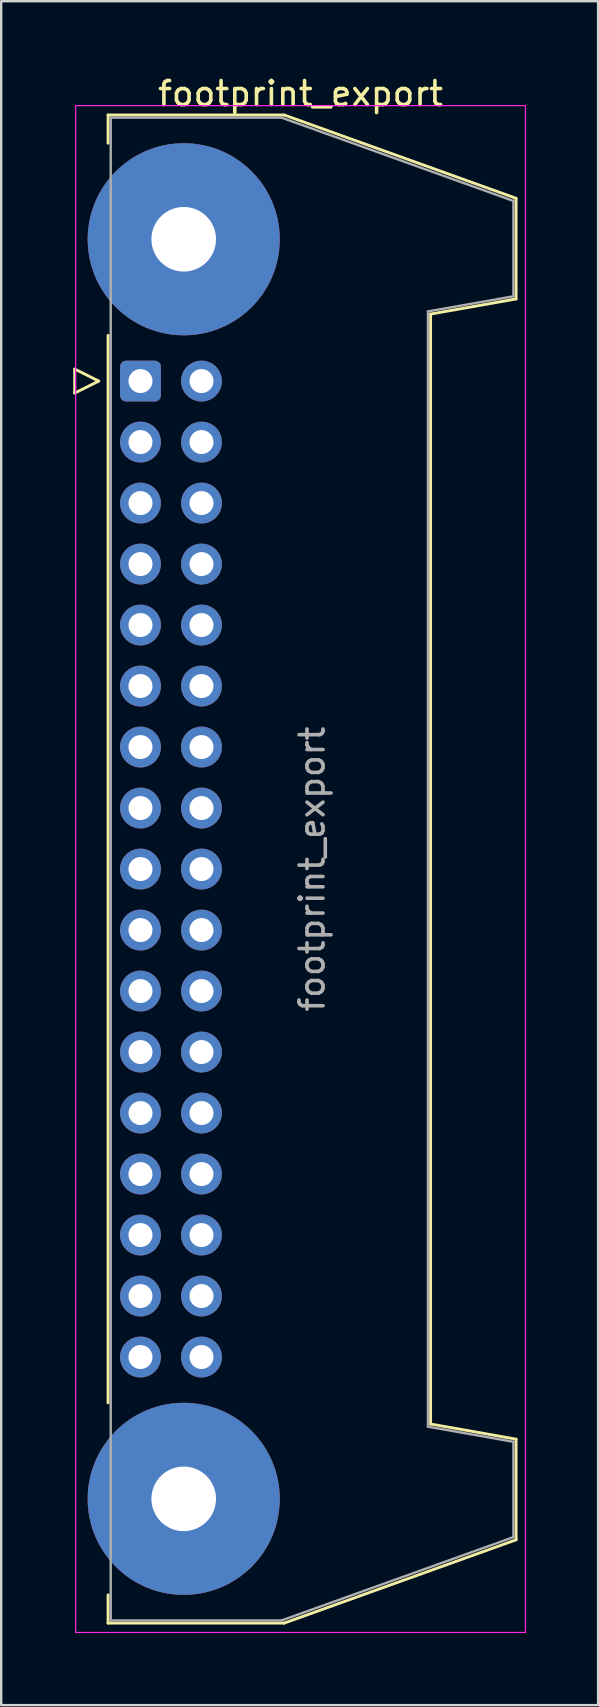
<source format=kicad_pcb>
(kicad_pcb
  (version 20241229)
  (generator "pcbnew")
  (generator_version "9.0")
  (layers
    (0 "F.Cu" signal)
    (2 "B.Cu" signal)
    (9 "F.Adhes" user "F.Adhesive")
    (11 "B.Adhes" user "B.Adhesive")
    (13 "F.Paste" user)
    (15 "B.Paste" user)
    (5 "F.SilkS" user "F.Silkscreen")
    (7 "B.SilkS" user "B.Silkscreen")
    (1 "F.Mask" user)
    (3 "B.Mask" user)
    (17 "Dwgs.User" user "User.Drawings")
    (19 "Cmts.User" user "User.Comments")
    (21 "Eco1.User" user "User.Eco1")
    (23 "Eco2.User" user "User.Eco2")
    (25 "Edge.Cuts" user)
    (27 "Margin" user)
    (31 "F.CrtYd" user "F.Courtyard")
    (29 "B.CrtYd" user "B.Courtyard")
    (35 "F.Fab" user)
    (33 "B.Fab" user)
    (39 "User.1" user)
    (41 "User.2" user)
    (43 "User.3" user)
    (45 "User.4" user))
  (footprint "footprint_export"
    (layer "F.Cu")
    (at 2.8 12.818)
    (property "Reference" "footprint_export" (at 6.665 -11.97 0) (layer "F.SilkS") (effects (font (size 1 1) (thickness 0.15))))
    (attr through_hole)
    (fp_line (start -2.74 -0.5) (end -2.74 0.5) (stroke (width 0.12) (type solid)) (layer "F.SilkS"))
    (fp_line (start -2.74 0.5) (end -1.74 0) (stroke (width 0.12) (type solid)) (layer "F.SilkS"))
    (fp_line (start -1.74 0) (end -2.74 -0.5) (stroke (width 0.12) (type solid)) (layer "F.SilkS"))
    (fp_line (start -1.35 -11.08) (end -1.35 -9.905) (stroke (width 0.12) (type solid)) (layer "F.SilkS"))
    (fp_line (start -1.35 -11.08) (end 5.98 -11.08) (stroke (width 0.12) (type solid)) (layer "F.SilkS"))
    (fp_line (start -1.35 -1.905) (end -1.35 42.545) (stroke (width 0.12) (type solid)) (layer "F.SilkS"))
    (fp_line (start -1.35 50.545) (end -1.35 51.72) (stroke (width 0.12) (type solid)) (layer "F.SilkS"))
    (fp_line (start 5.98 -11.08) (end 15.64 -7.61) (stroke (width 0.12) (type solid)) (layer "F.SilkS"))
    (fp_line (start 5.98 51.72) (end -1.35 51.72) (stroke (width 0.12) (type solid)) (layer "F.SilkS"))
    (fp_line (start 12.08 -2.79) (end 12.08 43.43) (stroke (width 0.12) (type solid)) (layer "F.SilkS"))
    (fp_line (start 12.08 43.43) (end 15.64 44.06) (stroke (width 0.12) (type solid)) (layer "F.SilkS"))
    (fp_line (start 15.64 -7.61) (end 15.64 -3.42) (stroke (width 0.12) (type solid)) (layer "F.SilkS"))
    (fp_line (start 15.64 -3.42) (end 12.08 -2.79) (stroke (width 0.12) (type solid)) (layer "F.SilkS"))
    (fp_line (start 15.64 44.06) (end 15.64 48.25) (stroke (width 0.12) (type solid)) (layer "F.SilkS"))
    (fp_line (start 15.64 48.25) (end 5.98 51.72) (stroke (width 0.12) (type solid)) (layer "F.SilkS"))
    (fp_line (start -2.7 -11.47) (end -2.7 52.11) (stroke (width 0.05) (type solid)) (layer "F.CrtYd"))
    (fp_line (start -2.7 52.11) (end 16.03 52.11) (stroke (width 0.05) (type solid)) (layer "F.CrtYd"))
    (fp_line (start 16.03 -11.47) (end -2.7 -11.47) (stroke (width 0.05) (type solid)) (layer "F.CrtYd"))
    (fp_line (start 16.03 52.11) (end 16.03 -11.47) (stroke (width 0.05) (type solid)) (layer "F.CrtYd"))
    (fp_line (start -1.24 -10.97) (end 5.87 -10.97) (stroke (width 0.1) (type solid)) (layer "F.Fab"))
    (fp_line (start -1.24 51.61) (end -1.24 -10.97) (stroke (width 0.1) (type solid)) (layer "F.Fab"))
    (fp_line (start 5.87 -10.97) (end 15.53 -7.5) (stroke (width 0.1) (type solid)) (layer "F.Fab"))
    (fp_line (start 5.87 51.61) (end -1.24 51.61) (stroke (width 0.1) (type solid)) (layer "F.Fab"))
    (fp_line (start 11.97 -2.9) (end 11.97 43.54) (stroke (width 0.1) (type solid)) (layer "F.Fab"))
    (fp_line (start 11.97 43.54) (end 15.53 44.17) (stroke (width 0.1) (type solid)) (layer "F.Fab"))
    (fp_line (start 15.53 -7.5) (end 15.53 -3.53) (stroke (width 0.1) (type solid)) (layer "F.Fab"))
    (fp_line (start 15.53 -3.53) (end 11.97 -2.9) (stroke (width 0.1) (type solid)) (layer "F.Fab"))
    (fp_line (start 15.53 44.17) (end 15.53 48.14) (stroke (width 0.1) (type solid)) (layer "F.Fab"))
    (fp_line (start 15.53 48.14) (end 5.87 51.61) (stroke (width 0.1) (type solid)) (layer "F.Fab"))
    (fp_text user "${REFERENCE}" (at 7.145 20.32 90) (layer "F.Fab") (effects (font (size 1 1) (thickness 0.15))))
    (pad "1" thru_hole roundrect (at 0 0) (size 1.7 1.7) (drill 1) (layers "*.Cu" "*.Mask") (roundrect_rratio 0.147))
    (pad "2" thru_hole circle (at 2.54 0) (size 1.7 1.7) (drill 1) (layers "*.Cu" "*.Mask"))
    (pad "3" thru_hole circle (at 0 2.54) (size 1.7 1.7) (drill 1) (layers "*.Cu" "*.Mask"))
    (pad "4" thru_hole circle (at 2.54 2.54) (size 1.7 1.7) (drill 1) (layers "*.Cu" "*.Mask"))
    (pad "5" thru_hole circle (at 0 5.08) (size 1.7 1.7) (drill 1) (layers "*.Cu" "*.Mask"))
    (pad "6" thru_hole circle (at 2.54 5.08) (size 1.7 1.7) (drill 1) (layers "*.Cu" "*.Mask"))
    (pad "7" thru_hole circle (at 0 7.62) (size 1.7 1.7) (drill 1) (layers "*.Cu" "*.Mask"))
    (pad "8" thru_hole circle (at 2.54 7.62) (size 1.7 1.7) (drill 1) (layers "*.Cu" "*.Mask"))
    (pad "9" thru_hole circle (at 0 10.16) (size 1.7 1.7) (drill 1) (layers "*.Cu" "*.Mask"))
    (pad "10" thru_hole circle (at 2.54 10.16) (size 1.7 1.7) (drill 1) (layers "*.Cu" "*.Mask"))
    (pad "11" thru_hole circle (at 0 12.7) (size 1.7 1.7) (drill 1) (layers "*.Cu" "*.Mask"))
    (pad "12" thru_hole circle (at 2.54 12.7) (size 1.7 1.7) (drill 1) (layers "*.Cu" "*.Mask"))
    (pad "13" thru_hole circle (at 0 15.24) (size 1.7 1.7) (drill 1) (layers "*.Cu" "*.Mask"))
    (pad "14" thru_hole circle (at 2.54 15.24) (size 1.7 1.7) (drill 1) (layers "*.Cu" "*.Mask"))
    (pad "15" thru_hole circle (at 0 17.78) (size 1.7 1.7) (drill 1) (layers "*.Cu" "*.Mask"))
    (pad "16" thru_hole circle (at 2.54 17.78) (size 1.7 1.7) (drill 1) (layers "*.Cu" "*.Mask"))
    (pad "17" thru_hole circle (at 0 20.32) (size 1.7 1.7) (drill 1) (layers "*.Cu" "*.Mask"))
    (pad "18" thru_hole circle (at 2.54 20.32) (size 1.7 1.7) (drill 1) (layers "*.Cu" "*.Mask"))
    (pad "19" thru_hole circle (at 0 22.86) (size 1.7 1.7) (drill 1) (layers "*.Cu" "*.Mask"))
    (pad "20" thru_hole circle (at 2.54 22.86) (size 1.7 1.7) (drill 1) (layers "*.Cu" "*.Mask"))
    (pad "21" thru_hole circle (at 0 25.4) (size 1.7 1.7) (drill 1) (layers "*.Cu" "*.Mask"))
    (pad "22" thru_hole circle (at 2.54 25.4) (size 1.7 1.7) (drill 1) (layers "*.Cu" "*.Mask"))
    (pad "23" thru_hole circle (at 0 27.94) (size 1.7 1.7) (drill 1) (layers "*.Cu" "*.Mask"))
    (pad "24" thru_hole circle (at 2.54 27.94) (size 1.7 1.7) (drill 1) (layers "*.Cu" "*.Mask"))
    (pad "25" thru_hole circle (at 0 30.48) (size 1.7 1.7) (drill 1) (layers "*.Cu" "*.Mask"))
    (pad "26" thru_hole circle (at 2.54 30.48) (size 1.7 1.7) (drill 1) (layers "*.Cu" "*.Mask"))
    (pad "27" thru_hole circle (at 0 33.02) (size 1.7 1.7) (drill 1) (layers "*.Cu" "*.Mask"))
    (pad "28" thru_hole circle (at 2.54 33.02) (size 1.7 1.7) (drill 1) (layers "*.Cu" "*.Mask"))
    (pad "29" thru_hole circle (at 0 35.56) (size 1.7 1.7) (drill 1) (layers "*.Cu" "*.Mask"))
    (pad "30" thru_hole circle (at 2.54 35.56) (size 1.7 1.7) (drill 1) (layers "*.Cu" "*.Mask"))
    (pad "31" thru_hole circle (at 0 38.1) (size 1.7 1.7) (drill 1) (layers "*.Cu" "*.Mask"))
    (pad "32" thru_hole circle (at 2.54 38.1) (size 1.7 1.7) (drill 1) (layers "*.Cu" "*.Mask"))
    (pad "33" thru_hole circle (at 0 40.64) (size 1.7 1.7) (drill 1) (layers "*.Cu" "*.Mask"))
    (pad "34" thru_hole circle (at 2.54 40.64) (size 1.7 1.7) (drill 1) (layers "*.Cu" "*.Mask"))
    (pad "MP" thru_hole circle (at 1.8 -5.905) (size 8 8) (drill 2.69) (layers "*.Cu" "*.Mask"))
    (pad "MP" thru_hole circle (at 1.8 46.545) (size 8 8) (drill 2.69) (layers "*.Cu" "*.Mask")))
  (gr_rect
    (start -3 -3)
    (end 21.855 67.953)
    (stroke (width 0.1) (type default))
    (fill no)
    (layer "Edge.Cuts")))
</source>
